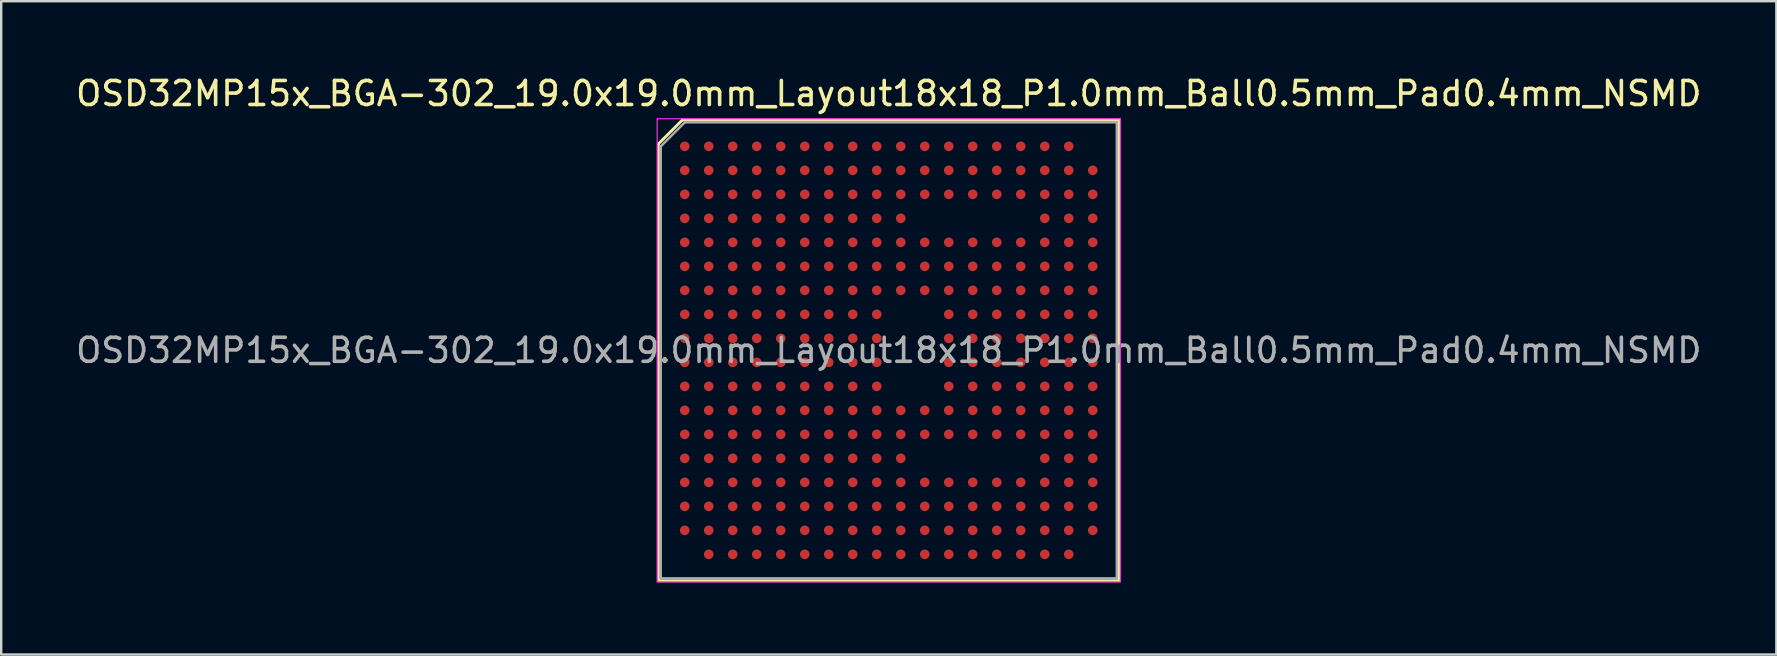
<source format=kicad_pcb>
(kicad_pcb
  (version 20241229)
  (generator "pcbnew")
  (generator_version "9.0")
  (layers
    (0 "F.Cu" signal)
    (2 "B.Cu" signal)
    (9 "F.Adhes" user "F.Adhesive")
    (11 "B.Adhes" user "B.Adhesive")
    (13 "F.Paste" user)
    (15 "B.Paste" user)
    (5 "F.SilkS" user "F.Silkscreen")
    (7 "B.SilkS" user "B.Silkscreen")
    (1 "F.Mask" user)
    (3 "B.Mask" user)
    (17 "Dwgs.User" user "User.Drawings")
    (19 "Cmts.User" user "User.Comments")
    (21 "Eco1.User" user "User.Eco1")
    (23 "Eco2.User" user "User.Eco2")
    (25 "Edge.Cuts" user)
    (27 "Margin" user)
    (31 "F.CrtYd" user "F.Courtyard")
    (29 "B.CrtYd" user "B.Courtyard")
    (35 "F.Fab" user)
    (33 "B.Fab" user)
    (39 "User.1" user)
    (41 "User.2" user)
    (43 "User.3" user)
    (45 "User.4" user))
  (footprint "OSD32MP15x_BGA-302_19.0x19.0mm_Layout18x18_P1.0mm_Ball0.5mm_Pad0.4mm_NSMD"
    (layer "F.Cu")
    (at 33.982 11.548)
    (property "Reference" "OSD32MP15x_BGA-302_19.0x19.0mm_Layout18x18_P1.0mm_Ball0.5mm_Pad0.4mm_NSMD" (at 0 -10.7 0) (layer "F.SilkS") (effects (font (size 1 1) (thickness 0.15))))
    (attr smd)
    (fp_line (start -9.6 -8.6) (end -9.6 9.6) (stroke (width 0.12) (type solid)) (layer "F.SilkS"))
    (fp_line (start -9.6 9.6) (end 9.6 9.6) (stroke (width 0.12) (type solid)) (layer "F.SilkS"))
    (fp_line (start -8.6 -9.6) (end -9.6 -8.6) (stroke (width 0.12) (type solid)) (layer "F.SilkS"))
    (fp_line (start 9.6 -9.6) (end -8.6 -9.6) (stroke (width 0.12) (type solid)) (layer "F.SilkS"))
    (fp_line (start 9.6 9.6) (end 9.6 -9.6) (stroke (width 0.12) (type solid)) (layer "F.SilkS"))
    (fp_line (start -9.65 -9.65) (end 9.65 -9.65) (stroke (width 0.05) (type solid)) (layer "F.CrtYd"))
    (fp_line (start -9.65 9.65) (end -9.65 -9.65) (stroke (width 0.05) (type solid)) (layer "F.CrtYd"))
    (fp_line (start 9.65 -9.65) (end 9.65 9.65) (stroke (width 0.05) (type solid)) (layer "F.CrtYd"))
    (fp_line (start 9.65 9.65) (end -9.65 9.65) (stroke (width 0.05) (type solid)) (layer "F.CrtYd"))
    (fp_line (start -9.5 -8.5) (end -9.5 9.5) (stroke (width 0.1) (type solid)) (layer "F.Fab"))
    (fp_line (start -9.5 9.5) (end 9.5 9.5) (stroke (width 0.1) (type solid)) (layer "F.Fab"))
    (fp_line (start -8.5 -9.5) (end -9.5 -8.5) (stroke (width 0.1) (type solid)) (layer "F.Fab"))
    (fp_line (start 9.5 -9.5) (end -8.5 -9.5) (stroke (width 0.1) (type solid)) (layer "F.Fab"))
    (fp_line (start 9.5 9.5) (end 9.5 -9.5) (stroke (width 0.1) (type solid)) (layer "F.Fab"))
    (fp_text user "${REFERENCE}" (at 0 0 0) (layer "F.Fab") (effects (font (size 1 1) (thickness 0.15))))
    (pad "A1" smd circle (at -8.5 -8.5) (size 0.4 0.4) (layers "F.Cu" "F.Mask" "F.Paste"))
    (pad "A2" smd circle (at -7.5 -8.5) (size 0.4 0.4) (layers "F.Cu" "F.Mask" "F.Paste"))
    (pad "A3" smd circle (at -6.5 -8.5) (size 0.4 0.4) (layers "F.Cu" "F.Mask" "F.Paste"))
    (pad "A4" smd circle (at -5.5 -8.5) (size 0.4 0.4) (layers "F.Cu" "F.Mask" "F.Paste"))
    (pad "A5" smd circle (at -4.5 -8.5) (size 0.4 0.4) (layers "F.Cu" "F.Mask" "F.Paste"))
    (pad "A6" smd circle (at -3.5 -8.5) (size 0.4 0.4) (layers "F.Cu" "F.Mask" "F.Paste"))
    (pad "A7" smd circle (at -2.5 -8.5) (size 0.4 0.4) (layers "F.Cu" "F.Mask" "F.Paste"))
    (pad "A8" smd circle (at -1.5 -8.5) (size 0.4 0.4) (layers "F.Cu" "F.Mask" "F.Paste"))
    (pad "A9" smd circle (at -0.5 -8.5) (size 0.4 0.4) (layers "F.Cu" "F.Mask" "F.Paste"))
    (pad "A10" smd circle (at 0.5 -8.5) (size 0.4 0.4) (layers "F.Cu" "F.Mask" "F.Paste"))
    (pad "A11" smd circle (at 1.5 -8.5) (size 0.4 0.4) (layers "F.Cu" "F.Mask" "F.Paste"))
    (pad "A12" smd circle (at 2.5 -8.5) (size 0.4 0.4) (layers "F.Cu" "F.Mask" "F.Paste"))
    (pad "A13" smd circle (at 3.5 -8.5) (size 0.4 0.4) (layers "F.Cu" "F.Mask" "F.Paste"))
    (pad "A14" smd circle (at 4.5 -8.5) (size 0.4 0.4) (layers "F.Cu" "F.Mask" "F.Paste"))
    (pad "A15" smd circle (at 5.5 -8.5) (size 0.4 0.4) (layers "F.Cu" "F.Mask" "F.Paste"))
    (pad "A16" smd circle (at 6.5 -8.5) (size 0.4 0.4) (layers "F.Cu" "F.Mask" "F.Paste"))
    (pad "A17" smd circle (at 7.5 -8.5) (size 0.4 0.4) (layers "F.Cu" "F.Mask" "F.Paste"))
    (pad "B1" smd circle (at -8.5 -7.5) (size 0.4 0.4) (layers "F.Cu" "F.Mask" "F.Paste"))
    (pad "B2" smd circle (at -7.5 -7.5) (size 0.4 0.4) (layers "F.Cu" "F.Mask" "F.Paste"))
    (pad "B3" smd circle (at -6.5 -7.5) (size 0.4 0.4) (layers "F.Cu" "F.Mask" "F.Paste"))
    (pad "B4" smd circle (at -5.5 -7.5) (size 0.4 0.4) (layers "F.Cu" "F.Mask" "F.Paste"))
    (pad "B5" smd circle (at -4.5 -7.5) (size 0.4 0.4) (layers "F.Cu" "F.Mask" "F.Paste"))
    (pad "B6" smd circle (at -3.5 -7.5) (size 0.4 0.4) (layers "F.Cu" "F.Mask" "F.Paste"))
    (pad "B7" smd circle (at -2.5 -7.5) (size 0.4 0.4) (layers "F.Cu" "F.Mask" "F.Paste"))
    (pad "B8" smd circle (at -1.5 -7.5) (size 0.4 0.4) (layers "F.Cu" "F.Mask" "F.Paste"))
    (pad "B9" smd circle (at -0.5 -7.5) (size 0.4 0.4) (layers "F.Cu" "F.Mask" "F.Paste"))
    (pad "B10" smd circle (at 0.5 -7.5) (size 0.4 0.4) (layers "F.Cu" "F.Mask" "F.Paste"))
    (pad "B11" smd circle (at 1.5 -7.5) (size 0.4 0.4) (layers "F.Cu" "F.Mask" "F.Paste"))
    (pad "B12" smd circle (at 2.5 -7.5) (size 0.4 0.4) (layers "F.Cu" "F.Mask" "F.Paste"))
    (pad "B13" smd circle (at 3.5 -7.5) (size 0.4 0.4) (layers "F.Cu" "F.Mask" "F.Paste"))
    (pad "B14" smd circle (at 4.5 -7.5) (size 0.4 0.4) (layers "F.Cu" "F.Mask" "F.Paste"))
    (pad "B15" smd circle (at 5.5 -7.5) (size 0.4 0.4) (layers "F.Cu" "F.Mask" "F.Paste"))
    (pad "B16" smd circle (at 6.5 -7.5) (size 0.4 0.4) (layers "F.Cu" "F.Mask" "F.Paste"))
    (pad "B17" smd circle (at 7.5 -7.5) (size 0.4 0.4) (layers "F.Cu" "F.Mask" "F.Paste"))
    (pad "B18" smd circle (at 8.5 -7.5) (size 0.4 0.4) (layers "F.Cu" "F.Mask" "F.Paste"))
    (pad "C1" smd circle (at -8.5 -6.5) (size 0.4 0.4) (layers "F.Cu" "F.Mask" "F.Paste"))
    (pad "C2" smd circle (at -7.5 -6.5) (size 0.4 0.4) (layers "F.Cu" "F.Mask" "F.Paste"))
    (pad "C3" smd circle (at -6.5 -6.5) (size 0.4 0.4) (layers "F.Cu" "F.Mask" "F.Paste"))
    (pad "C4" smd circle (at -5.5 -6.5) (size 0.4 0.4) (layers "F.Cu" "F.Mask" "F.Paste"))
    (pad "C5" smd circle (at -4.5 -6.5) (size 0.4 0.4) (layers "F.Cu" "F.Mask" "F.Paste"))
    (pad "C6" smd circle (at -3.5 -6.5) (size 0.4 0.4) (layers "F.Cu" "F.Mask" "F.Paste"))
    (pad "C7" smd circle (at -2.5 -6.5) (size 0.4 0.4) (layers "F.Cu" "F.Mask" "F.Paste"))
    (pad "C8" smd circle (at -1.5 -6.5) (size 0.4 0.4) (layers "F.Cu" "F.Mask" "F.Paste"))
    (pad "C9" smd circle (at -0.5 -6.5) (size 0.4 0.4) (layers "F.Cu" "F.Mask" "F.Paste"))
    (pad "C10" smd circle (at 0.5 -6.5) (size 0.4 0.4) (layers "F.Cu" "F.Mask" "F.Paste"))
    (pad "C11" smd circle (at 1.5 -6.5) (size 0.4 0.4) (layers "F.Cu" "F.Mask" "F.Paste"))
    (pad "C12" smd circle (at 2.5 -6.5) (size 0.4 0.4) (layers "F.Cu" "F.Mask" "F.Paste"))
    (pad "C13" smd circle (at 3.5 -6.5) (size 0.4 0.4) (layers "F.Cu" "F.Mask" "F.Paste"))
    (pad "C14" smd circle (at 4.5 -6.5) (size 0.4 0.4) (layers "F.Cu" "F.Mask" "F.Paste"))
    (pad "C15" smd circle (at 5.5 -6.5) (size 0.4 0.4) (layers "F.Cu" "F.Mask" "F.Paste"))
    (pad "C16" smd circle (at 6.5 -6.5) (size 0.4 0.4) (layers "F.Cu" "F.Mask" "F.Paste"))
    (pad "C17" smd circle (at 7.5 -6.5) (size 0.4 0.4) (layers "F.Cu" "F.Mask" "F.Paste"))
    (pad "C18" smd circle (at 8.5 -6.5) (size 0.4 0.4) (layers "F.Cu" "F.Mask" "F.Paste"))
    (pad "D1" smd circle (at -8.5 -5.5) (size 0.4 0.4) (layers "F.Cu" "F.Mask" "F.Paste"))
    (pad "D2" smd circle (at -7.5 -5.5) (size 0.4 0.4) (layers "F.Cu" "F.Mask" "F.Paste"))
    (pad "D3" smd circle (at -6.5 -5.5) (size 0.4 0.4) (layers "F.Cu" "F.Mask" "F.Paste"))
    (pad "D4" smd circle (at -5.5 -5.5) (size 0.4 0.4) (layers "F.Cu" "F.Mask" "F.Paste"))
    (pad "D5" smd circle (at -4.5 -5.5) (size 0.4 0.4) (layers "F.Cu" "F.Mask" "F.Paste"))
    (pad "D6" smd circle (at -3.5 -5.5) (size 0.4 0.4) (layers "F.Cu" "F.Mask" "F.Paste"))
    (pad "D7" smd circle (at -2.5 -5.5) (size 0.4 0.4) (layers "F.Cu" "F.Mask" "F.Paste"))
    (pad "D8" smd circle (at -1.5 -5.5) (size 0.4 0.4) (layers "F.Cu" "F.Mask" "F.Paste"))
    (pad "D9" smd circle (at -0.5 -5.5) (size 0.4 0.4) (layers "F.Cu" "F.Mask" "F.Paste"))
    (pad "D10" smd circle (at 0.5 -5.5) (size 0.4 0.4) (layers "F.Cu" "F.Mask" "F.Paste"))
    (pad "D16" smd circle (at 6.5 -5.5) (size 0.4 0.4) (layers "F.Cu" "F.Mask" "F.Paste"))
    (pad "D17" smd circle (at 7.5 -5.5) (size 0.4 0.4) (layers "F.Cu" "F.Mask" "F.Paste"))
    (pad "D18" smd circle (at 8.5 -5.5) (size 0.4 0.4) (layers "F.Cu" "F.Mask" "F.Paste"))
    (pad "E1" smd circle (at -8.5 -4.5) (size 0.4 0.4) (layers "F.Cu" "F.Mask" "F.Paste"))
    (pad "E2" smd circle (at -7.5 -4.5) (size 0.4 0.4) (layers "F.Cu" "F.Mask" "F.Paste"))
    (pad "E3" smd circle (at -6.5 -4.5) (size 0.4 0.4) (layers "F.Cu" "F.Mask" "F.Paste"))
    (pad "E4" smd circle (at -5.5 -4.5) (size 0.4 0.4) (layers "F.Cu" "F.Mask" "F.Paste"))
    (pad "E5" smd circle (at -4.5 -4.5) (size 0.4 0.4) (layers "F.Cu" "F.Mask" "F.Paste"))
    (pad "E6" smd circle (at -3.5 -4.5) (size 0.4 0.4) (layers "F.Cu" "F.Mask" "F.Paste"))
    (pad "E7" smd circle (at -2.5 -4.5) (size 0.4 0.4) (layers "F.Cu" "F.Mask" "F.Paste"))
    (pad "E8" smd circle (at -1.5 -4.5) (size 0.4 0.4) (layers "F.Cu" "F.Mask" "F.Paste"))
    (pad "E9" smd circle (at -0.5 -4.5) (size 0.4 0.4) (layers "F.Cu" "F.Mask" "F.Paste"))
    (pad "E10" smd circle (at 0.5 -4.5) (size 0.4 0.4) (layers "F.Cu" "F.Mask" "F.Paste"))
    (pad "E11" smd circle (at 1.5 -4.5) (size 0.4 0.4) (layers "F.Cu" "F.Mask" "F.Paste"))
    (pad "E12" smd circle (at 2.5 -4.5) (size 0.4 0.4) (layers "F.Cu" "F.Mask" "F.Paste"))
    (pad "E13" smd circle (at 3.5 -4.5) (size 0.4 0.4) (layers "F.Cu" "F.Mask" "F.Paste"))
    (pad "E14" smd circle (at 4.5 -4.5) (size 0.4 0.4) (layers "F.Cu" "F.Mask" "F.Paste"))
    (pad "E15" smd circle (at 5.5 -4.5) (size 0.4 0.4) (layers "F.Cu" "F.Mask" "F.Paste"))
    (pad "E16" smd circle (at 6.5 -4.5) (size 0.4 0.4) (layers "F.Cu" "F.Mask" "F.Paste"))
    (pad "E17" smd circle (at 7.5 -4.5) (size 0.4 0.4) (layers "F.Cu" "F.Mask" "F.Paste"))
    (pad "E18" smd circle (at 8.5 -4.5) (size 0.4 0.4) (layers "F.Cu" "F.Mask" "F.Paste"))
    (pad "F1" smd circle (at -8.5 -3.5) (size 0.4 0.4) (layers "F.Cu" "F.Mask" "F.Paste"))
    (pad "F2" smd circle (at -7.5 -3.5) (size 0.4 0.4) (layers "F.Cu" "F.Mask" "F.Paste"))
    (pad "F3" smd circle (at -6.5 -3.5) (size 0.4 0.4) (layers "F.Cu" "F.Mask" "F.Paste"))
    (pad "F4" smd circle (at -5.5 -3.5) (size 0.4 0.4) (layers "F.Cu" "F.Mask" "F.Paste"))
    (pad "F5" smd circle (at -4.5 -3.5) (size 0.4 0.4) (layers "F.Cu" "F.Mask" "F.Paste"))
    (pad "F6" smd circle (at -3.5 -3.5) (size 0.4 0.4) (layers "F.Cu" "F.Mask" "F.Paste"))
    (pad "F7" smd circle (at -2.5 -3.5) (size 0.4 0.4) (layers "F.Cu" "F.Mask" "F.Paste"))
    (pad "F8" smd circle (at -1.5 -3.5) (size 0.4 0.4) (layers "F.Cu" "F.Mask" "F.Paste"))
    (pad "F9" smd circle (at -0.5 -3.5) (size 0.4 0.4) (layers "F.Cu" "F.Mask" "F.Paste"))
    (pad "F10" smd circle (at 0.5 -3.5) (size 0.4 0.4) (layers "F.Cu" "F.Mask" "F.Paste"))
    (pad "F11" smd circle (at 1.5 -3.5) (size 0.4 0.4) (layers "F.Cu" "F.Mask" "F.Paste"))
    (pad "F12" smd circle (at 2.5 -3.5) (size 0.4 0.4) (layers "F.Cu" "F.Mask" "F.Paste"))
    (pad "F13" smd circle (at 3.5 -3.5) (size 0.4 0.4) (layers "F.Cu" "F.Mask" "F.Paste"))
    (pad "F14" smd circle (at 4.5 -3.5) (size 0.4 0.4) (layers "F.Cu" "F.Mask" "F.Paste"))
    (pad "F15" smd circle (at 5.5 -3.5) (size 0.4 0.4) (layers "F.Cu" "F.Mask" "F.Paste"))
    (pad "F16" smd circle (at 6.5 -3.5) (size 0.4 0.4) (layers "F.Cu" "F.Mask" "F.Paste"))
    (pad "F17" smd circle (at 7.5 -3.5) (size 0.4 0.4) (layers "F.Cu" "F.Mask" "F.Paste"))
    (pad "F18" smd circle (at 8.5 -3.5) (size 0.4 0.4) (layers "F.Cu" "F.Mask" "F.Paste"))
    (pad "G1" smd circle (at -8.5 -2.5) (size 0.4 0.4) (layers "F.Cu" "F.Mask" "F.Paste"))
    (pad "G2" smd circle (at -7.5 -2.5) (size 0.4 0.4) (layers "F.Cu" "F.Mask" "F.Paste"))
    (pad "G3" smd circle (at -6.5 -2.5) (size 0.4 0.4) (layers "F.Cu" "F.Mask" "F.Paste"))
    (pad "G4" smd circle (at -5.5 -2.5) (size 0.4 0.4) (layers "F.Cu" "F.Mask" "F.Paste"))
    (pad "G5" smd circle (at -4.5 -2.5) (size 0.4 0.4) (layers "F.Cu" "F.Mask" "F.Paste"))
    (pad "G6" smd circle (at -3.5 -2.5) (size 0.4 0.4) (layers "F.Cu" "F.Mask" "F.Paste"))
    (pad "G7" smd circle (at -2.5 -2.5) (size 0.4 0.4) (layers "F.Cu" "F.Mask" "F.Paste"))
    (pad "G8" smd circle (at -1.5 -2.5) (size 0.4 0.4) (layers "F.Cu" "F.Mask" "F.Paste"))
    (pad "G9" smd circle (at -0.5 -2.5) (size 0.4 0.4) (layers "F.Cu" "F.Mask" "F.Paste"))
    (pad "G10" smd circle (at 0.5 -2.5) (size 0.4 0.4) (layers "F.Cu" "F.Mask" "F.Paste"))
    (pad "G11" smd circle (at 1.5 -2.5) (size 0.4 0.4) (layers "F.Cu" "F.Mask" "F.Paste"))
    (pad "G12" smd circle (at 2.5 -2.5) (size 0.4 0.4) (layers "F.Cu" "F.Mask" "F.Paste"))
    (pad "G13" smd circle (at 3.5 -2.5) (size 0.4 0.4) (layers "F.Cu" "F.Mask" "F.Paste"))
    (pad "G14" smd circle (at 4.5 -2.5) (size 0.4 0.4) (layers "F.Cu" "F.Mask" "F.Paste"))
    (pad "G15" smd circle (at 5.5 -2.5) (size 0.4 0.4) (layers "F.Cu" "F.Mask" "F.Paste"))
    (pad "G16" smd circle (at 6.5 -2.5) (size 0.4 0.4) (layers "F.Cu" "F.Mask" "F.Paste"))
    (pad "G17" smd circle (at 7.5 -2.5) (size 0.4 0.4) (layers "F.Cu" "F.Mask" "F.Paste"))
    (pad "G18" smd circle (at 8.5 -2.5) (size 0.4 0.4) (layers "F.Cu" "F.Mask" "F.Paste"))
    (pad "H1" smd circle (at -8.5 -1.5) (size 0.4 0.4) (layers "F.Cu" "F.Mask" "F.Paste"))
    (pad "H2" smd circle (at -7.5 -1.5) (size 0.4 0.4) (layers "F.Cu" "F.Mask" "F.Paste"))
    (pad "H3" smd circle (at -6.5 -1.5) (size 0.4 0.4) (layers "F.Cu" "F.Mask" "F.Paste"))
    (pad "H4" smd circle (at -5.5 -1.5) (size 0.4 0.4) (layers "F.Cu" "F.Mask" "F.Paste"))
    (pad "H5" smd circle (at -4.5 -1.5) (size 0.4 0.4) (layers "F.Cu" "F.Mask" "F.Paste"))
    (pad "H6" smd circle (at -3.5 -1.5) (size 0.4 0.4) (layers "F.Cu" "F.Mask" "F.Paste"))
    (pad "H7" smd circle (at -2.5 -1.5) (size 0.4 0.4) (layers "F.Cu" "F.Mask" "F.Paste"))
    (pad "H8" smd circle (at -1.5 -1.5) (size 0.4 0.4) (layers "F.Cu" "F.Mask" "F.Paste"))
    (pad "H9" smd circle (at -0.5 -1.5) (size 0.4 0.4) (layers "F.Cu" "F.Mask" "F.Paste"))
    (pad "H12" smd circle (at 2.5 -1.5) (size 0.4 0.4) (layers "F.Cu" "F.Mask" "F.Paste"))
    (pad "H13" smd circle (at 3.5 -1.5) (size 0.4 0.4) (layers "F.Cu" "F.Mask" "F.Paste"))
    (pad "H14" smd circle (at 4.5 -1.5) (size 0.4 0.4) (layers "F.Cu" "F.Mask" "F.Paste"))
    (pad "H15" smd circle (at 5.5 -1.5) (size 0.4 0.4) (layers "F.Cu" "F.Mask" "F.Paste"))
    (pad "H16" smd circle (at 6.5 -1.5) (size 0.4 0.4) (layers "F.Cu" "F.Mask" "F.Paste"))
    (pad "H17" smd circle (at 7.5 -1.5) (size 0.4 0.4) (layers "F.Cu" "F.Mask" "F.Paste"))
    (pad "H18" smd circle (at 8.5 -1.5) (size 0.4 0.4) (layers "F.Cu" "F.Mask" "F.Paste"))
    (pad "J1" smd circle (at -8.5 -0.5) (size 0.4 0.4) (layers "F.Cu" "F.Mask" "F.Paste"))
    (pad "J2" smd circle (at -7.5 -0.5) (size 0.4 0.4) (layers "F.Cu" "F.Mask" "F.Paste"))
    (pad "J3" smd circle (at -6.5 -0.5) (size 0.4 0.4) (layers "F.Cu" "F.Mask" "F.Paste"))
    (pad "J4" smd circle (at -5.5 -0.5) (size 0.4 0.4) (layers "F.Cu" "F.Mask" "F.Paste"))
    (pad "J5" smd circle (at -4.5 -0.5) (size 0.4 0.4) (layers "F.Cu" "F.Mask" "F.Paste"))
    (pad "J6" smd circle (at -3.5 -0.5) (size 0.4 0.4) (layers "F.Cu" "F.Mask" "F.Paste"))
    (pad "J7" smd circle (at -2.5 -0.5) (size 0.4 0.4) (layers "F.Cu" "F.Mask" "F.Paste"))
    (pad "J8" smd circle (at -1.5 -0.5) (size 0.4 0.4) (layers "F.Cu" "F.Mask" "F.Paste"))
    (pad "J9" smd circle (at -0.5 -0.5) (size 0.4 0.4) (layers "F.Cu" "F.Mask" "F.Paste"))
    (pad "J12" smd circle (at 2.5 -0.5) (size 0.4 0.4) (layers "F.Cu" "F.Mask" "F.Paste"))
    (pad "J13" smd circle (at 3.5 -0.5) (size 0.4 0.4) (layers "F.Cu" "F.Mask" "F.Paste"))
    (pad "J14" smd circle (at 4.5 -0.5) (size 0.4 0.4) (layers "F.Cu" "F.Mask" "F.Paste"))
    (pad "J15" smd circle (at 5.5 -0.5) (size 0.4 0.4) (layers "F.Cu" "F.Mask" "F.Paste"))
    (pad "J16" smd circle (at 6.5 -0.5) (size 0.4 0.4) (layers "F.Cu" "F.Mask" "F.Paste"))
    (pad "J17" smd circle (at 7.5 -0.5) (size 0.4 0.4) (layers "F.Cu" "F.Mask" "F.Paste"))
    (pad "J18" smd circle (at 8.5 -0.5) (size 0.4 0.4) (layers "F.Cu" "F.Mask" "F.Paste"))
    (pad "K1" smd circle (at -8.5 0.5) (size 0.4 0.4) (layers "F.Cu" "F.Mask" "F.Paste"))
    (pad "K2" smd circle (at -7.5 0.5) (size 0.4 0.4) (layers "F.Cu" "F.Mask" "F.Paste"))
    (pad "K3" smd circle (at -6.5 0.5) (size 0.4 0.4) (layers "F.Cu" "F.Mask" "F.Paste"))
    (pad "K4" smd circle (at -5.5 0.5) (size 0.4 0.4) (layers "F.Cu" "F.Mask" "F.Paste"))
    (pad "K5" smd circle (at -4.5 0.5) (size 0.4 0.4) (layers "F.Cu" "F.Mask" "F.Paste"))
    (pad "K6" smd circle (at -3.5 0.5) (size 0.4 0.4) (layers "F.Cu" "F.Mask" "F.Paste"))
    (pad "K7" smd circle (at -2.5 0.5) (size 0.4 0.4) (layers "F.Cu" "F.Mask" "F.Paste"))
    (pad "K8" smd circle (at -1.5 0.5) (size 0.4 0.4) (layers "F.Cu" "F.Mask" "F.Paste"))
    (pad "K9" smd circle (at -0.5 0.5) (size 0.4 0.4) (layers "F.Cu" "F.Mask" "F.Paste"))
    (pad "K12" smd circle (at 2.5 0.5) (size 0.4 0.4) (layers "F.Cu" "F.Mask" "F.Paste"))
    (pad "K13" smd circle (at 3.5 0.5) (size 0.4 0.4) (layers "F.Cu" "F.Mask" "F.Paste"))
    (pad "K14" smd circle (at 4.5 0.5) (size 0.4 0.4) (layers "F.Cu" "F.Mask" "F.Paste"))
    (pad "K15" smd circle (at 5.5 0.5) (size 0.4 0.4) (layers "F.Cu" "F.Mask" "F.Paste"))
    (pad "K16" smd circle (at 6.5 0.5) (size 0.4 0.4) (layers "F.Cu" "F.Mask" "F.Paste"))
    (pad "K17" smd circle (at 7.5 0.5) (size 0.4 0.4) (layers "F.Cu" "F.Mask" "F.Paste"))
    (pad "K18" smd circle (at 8.5 0.5) (size 0.4 0.4) (layers "F.Cu" "F.Mask" "F.Paste"))
    (pad "L1" smd circle (at -8.5 1.5) (size 0.4 0.4) (layers "F.Cu" "F.Mask" "F.Paste"))
    (pad "L2" smd circle (at -7.5 1.5) (size 0.4 0.4) (layers "F.Cu" "F.Mask" "F.Paste"))
    (pad "L3" smd circle (at -6.5 1.5) (size 0.4 0.4) (layers "F.Cu" "F.Mask" "F.Paste"))
    (pad "L4" smd circle (at -5.5 1.5) (size 0.4 0.4) (layers "F.Cu" "F.Mask" "F.Paste"))
    (pad "L5" smd circle (at -4.5 1.5) (size 0.4 0.4) (layers "F.Cu" "F.Mask" "F.Paste"))
    (pad "L6" smd circle (at -3.5 1.5) (size 0.4 0.4) (layers "F.Cu" "F.Mask" "F.Paste"))
    (pad "L7" smd circle (at -2.5 1.5) (size 0.4 0.4) (layers "F.Cu" "F.Mask" "F.Paste"))
    (pad "L8" smd circle (at -1.5 1.5) (size 0.4 0.4) (layers "F.Cu" "F.Mask" "F.Paste"))
    (pad "L9" smd circle (at -0.5 1.5) (size 0.4 0.4) (layers "F.Cu" "F.Mask" "F.Paste"))
    (pad "L12" smd circle (at 2.5 1.5) (size 0.4 0.4) (layers "F.Cu" "F.Mask" "F.Paste"))
    (pad "L13" smd circle (at 3.5 1.5) (size 0.4 0.4) (layers "F.Cu" "F.Mask" "F.Paste"))
    (pad "L14" smd circle (at 4.5 1.5) (size 0.4 0.4) (layers "F.Cu" "F.Mask" "F.Paste"))
    (pad "L15" smd circle (at 5.5 1.5) (size 0.4 0.4) (layers "F.Cu" "F.Mask" "F.Paste"))
    (pad "L16" smd circle (at 6.5 1.5) (size 0.4 0.4) (layers "F.Cu" "F.Mask" "F.Paste"))
    (pad "L17" smd circle (at 7.5 1.5) (size 0.4 0.4) (layers "F.Cu" "F.Mask" "F.Paste"))
    (pad "L18" smd circle (at 8.5 1.5) (size 0.4 0.4) (layers "F.Cu" "F.Mask" "F.Paste"))
    (pad "M1" smd circle (at -8.5 2.5) (size 0.4 0.4) (layers "F.Cu" "F.Mask" "F.Paste"))
    (pad "M2" smd circle (at -7.5 2.5) (size 0.4 0.4) (layers "F.Cu" "F.Mask" "F.Paste"))
    (pad "M3" smd circle (at -6.5 2.5) (size 0.4 0.4) (layers "F.Cu" "F.Mask" "F.Paste"))
    (pad "M4" smd circle (at -5.5 2.5) (size 0.4 0.4) (layers "F.Cu" "F.Mask" "F.Paste"))
    (pad "M5" smd circle (at -4.5 2.5) (size 0.4 0.4) (layers "F.Cu" "F.Mask" "F.Paste"))
    (pad "M6" smd circle (at -3.5 2.5) (size 0.4 0.4) (layers "F.Cu" "F.Mask" "F.Paste"))
    (pad "M7" smd circle (at -2.5 2.5) (size 0.4 0.4) (layers "F.Cu" "F.Mask" "F.Paste"))
    (pad "M8" smd circle (at -1.5 2.5) (size 0.4 0.4) (layers "F.Cu" "F.Mask" "F.Paste"))
    (pad "M9" smd circle (at -0.5 2.5) (size 0.4 0.4) (layers "F.Cu" "F.Mask" "F.Paste"))
    (pad "M10" smd circle (at 0.5 2.5) (size 0.4 0.4) (layers "F.Cu" "F.Mask" "F.Paste"))
    (pad "M11" smd circle (at 1.5 2.5) (size 0.4 0.4) (layers "F.Cu" "F.Mask" "F.Paste"))
    (pad "M12" smd circle (at 2.5 2.5) (size 0.4 0.4) (layers "F.Cu" "F.Mask" "F.Paste"))
    (pad "M13" smd circle (at 3.5 2.5) (size 0.4 0.4) (layers "F.Cu" "F.Mask" "F.Paste"))
    (pad "M14" smd circle (at 4.5 2.5) (size 0.4 0.4) (layers "F.Cu" "F.Mask" "F.Paste"))
    (pad "M15" smd circle (at 5.5 2.5) (size 0.4 0.4) (layers "F.Cu" "F.Mask" "F.Paste"))
    (pad "M16" smd circle (at 6.5 2.5) (size 0.4 0.4) (layers "F.Cu" "F.Mask" "F.Paste"))
    (pad "M17" smd circle (at 7.5 2.5) (size 0.4 0.4) (layers "F.Cu" "F.Mask" "F.Paste"))
    (pad "M18" smd circle (at 8.5 2.5) (size 0.4 0.4) (layers "F.Cu" "F.Mask" "F.Paste"))
    (pad "N1" smd circle (at -8.5 3.5) (size 0.4 0.4) (layers "F.Cu" "F.Mask" "F.Paste"))
    (pad "N2" smd circle (at -7.5 3.5) (size 0.4 0.4) (layers "F.Cu" "F.Mask" "F.Paste"))
    (pad "N3" smd circle (at -6.5 3.5) (size 0.4 0.4) (layers "F.Cu" "F.Mask" "F.Paste"))
    (pad "N4" smd circle (at -5.5 3.5) (size 0.4 0.4) (layers "F.Cu" "F.Mask" "F.Paste"))
    (pad "N5" smd circle (at -4.5 3.5) (size 0.4 0.4) (layers "F.Cu" "F.Mask" "F.Paste"))
    (pad "N6" smd circle (at -3.5 3.5) (size 0.4 0.4) (layers "F.Cu" "F.Mask" "F.Paste"))
    (pad "N7" smd circle (at -2.5 3.5) (size 0.4 0.4) (layers "F.Cu" "F.Mask" "F.Paste"))
    (pad "N8" smd circle (at -1.5 3.5) (size 0.4 0.4) (layers "F.Cu" "F.Mask" "F.Paste"))
    (pad "N9" smd circle (at -0.5 3.5) (size 0.4 0.4) (layers "F.Cu" "F.Mask" "F.Paste"))
    (pad "N10" smd circle (at 0.5 3.5) (size 0.4 0.4) (layers "F.Cu" "F.Mask" "F.Paste"))
    (pad "N11" smd circle (at 1.5 3.5) (size 0.4 0.4) (layers "F.Cu" "F.Mask" "F.Paste"))
    (pad "N12" smd circle (at 2.5 3.5) (size 0.4 0.4) (layers "F.Cu" "F.Mask" "F.Paste"))
    (pad "N13" smd circle (at 3.5 3.5) (size 0.4 0.4) (layers "F.Cu" "F.Mask" "F.Paste"))
    (pad "N14" smd circle (at 4.5 3.5) (size 0.4 0.4) (layers "F.Cu" "F.Mask" "F.Paste"))
    (pad "N15" smd circle (at 5.5 3.5) (size 0.4 0.4) (layers "F.Cu" "F.Mask" "F.Paste"))
    (pad "N16" smd circle (at 6.5 3.5) (size 0.4 0.4) (layers "F.Cu" "F.Mask" "F.Paste"))
    (pad "N17" smd circle (at 7.5 3.5) (size 0.4 0.4) (layers "F.Cu" "F.Mask" "F.Paste"))
    (pad "N18" smd circle (at 8.5 3.5) (size 0.4 0.4) (layers "F.Cu" "F.Mask" "F.Paste"))
    (pad "P1" smd circle (at -8.5 4.5) (size 0.4 0.4) (layers "F.Cu" "F.Mask" "F.Paste"))
    (pad "P2" smd circle (at -7.5 4.5) (size 0.4 0.4) (layers "F.Cu" "F.Mask" "F.Paste"))
    (pad "P3" smd circle (at -6.5 4.5) (size 0.4 0.4) (layers "F.Cu" "F.Mask" "F.Paste"))
    (pad "P4" smd circle (at -5.5 4.5) (size 0.4 0.4) (layers "F.Cu" "F.Mask" "F.Paste"))
    (pad "P5" smd circle (at -4.5 4.5) (size 0.4 0.4) (layers "F.Cu" "F.Mask" "F.Paste"))
    (pad "P6" smd circle (at -3.5 4.5) (size 0.4 0.4) (layers "F.Cu" "F.Mask" "F.Paste"))
    (pad "P7" smd circle (at -2.5 4.5) (size 0.4 0.4) (layers "F.Cu" "F.Mask" "F.Paste"))
    (pad "P8" smd circle (at -1.5 4.5) (size 0.4 0.4) (layers "F.Cu" "F.Mask" "F.Paste"))
    (pad "P9" smd circle (at -0.5 4.5) (size 0.4 0.4) (layers "F.Cu" "F.Mask" "F.Paste"))
    (pad "P10" smd circle (at 0.5 4.5) (size 0.4 0.4) (layers "F.Cu" "F.Mask" "F.Paste"))
    (pad "P16" smd circle (at 6.5 4.5) (size 0.4 0.4) (layers "F.Cu" "F.Mask" "F.Paste"))
    (pad "P17" smd circle (at 7.5 4.5) (size 0.4 0.4) (layers "F.Cu" "F.Mask" "F.Paste"))
    (pad "P18" smd circle (at 8.5 4.5) (size 0.4 0.4) (layers "F.Cu" "F.Mask" "F.Paste"))
    (pad "R1" smd circle (at -8.5 5.5) (size 0.4 0.4) (layers "F.Cu" "F.Mask" "F.Paste"))
    (pad "R2" smd circle (at -7.5 5.5) (size 0.4 0.4) (layers "F.Cu" "F.Mask" "F.Paste"))
    (pad "R3" smd circle (at -6.5 5.5) (size 0.4 0.4) (layers "F.Cu" "F.Mask" "F.Paste"))
    (pad "R4" smd circle (at -5.5 5.5) (size 0.4 0.4) (layers "F.Cu" "F.Mask" "F.Paste"))
    (pad "R5" smd circle (at -4.5 5.5) (size 0.4 0.4) (layers "F.Cu" "F.Mask" "F.Paste"))
    (pad "R6" smd circle (at -3.5 5.5) (size 0.4 0.4) (layers "F.Cu" "F.Mask" "F.Paste"))
    (pad "R7" smd circle (at -2.5 5.5) (size 0.4 0.4) (layers "F.Cu" "F.Mask" "F.Paste"))
    (pad "R8" smd circle (at -1.5 5.5) (size 0.4 0.4) (layers "F.Cu" "F.Mask" "F.Paste"))
    (pad "R9" smd circle (at -0.5 5.5) (size 0.4 0.4) (layers "F.Cu" "F.Mask" "F.Paste"))
    (pad "R10" smd circle (at 0.5 5.5) (size 0.4 0.4) (layers "F.Cu" "F.Mask" "F.Paste"))
    (pad "R11" smd circle (at 1.5 5.5) (size 0.4 0.4) (layers "F.Cu" "F.Mask" "F.Paste"))
    (pad "R12" smd circle (at 2.5 5.5) (size 0.4 0.4) (layers "F.Cu" "F.Mask" "F.Paste"))
    (pad "R13" smd circle (at 3.5 5.5) (size 0.4 0.4) (layers "F.Cu" "F.Mask" "F.Paste"))
    (pad "R14" smd circle (at 4.5 5.5) (size 0.4 0.4) (layers "F.Cu" "F.Mask" "F.Paste"))
    (pad "R15" smd circle (at 5.5 5.5) (size 0.4 0.4) (layers "F.Cu" "F.Mask" "F.Paste"))
    (pad "R16" smd circle (at 6.5 5.5) (size 0.4 0.4) (layers "F.Cu" "F.Mask" "F.Paste"))
    (pad "R17" smd circle (at 7.5 5.5) (size 0.4 0.4) (layers "F.Cu" "F.Mask" "F.Paste"))
    (pad "R18" smd circle (at 8.5 5.5) (size 0.4 0.4) (layers "F.Cu" "F.Mask" "F.Paste"))
    (pad "T1" smd circle (at -8.5 6.5) (size 0.4 0.4) (layers "F.Cu" "F.Mask" "F.Paste"))
    (pad "T2" smd circle (at -7.5 6.5) (size 0.4 0.4) (layers "F.Cu" "F.Mask" "F.Paste"))
    (pad "T3" smd circle (at -6.5 6.5) (size 0.4 0.4) (layers "F.Cu" "F.Mask" "F.Paste"))
    (pad "T4" smd circle (at -5.5 6.5) (size 0.4 0.4) (layers "F.Cu" "F.Mask" "F.Paste"))
    (pad "T5" smd circle (at -4.5 6.5) (size 0.4 0.4) (layers "F.Cu" "F.Mask" "F.Paste"))
    (pad "T6" smd circle (at -3.5 6.5) (size 0.4 0.4) (layers "F.Cu" "F.Mask" "F.Paste"))
    (pad "T7" smd circle (at -2.5 6.5) (size 0.4 0.4) (layers "F.Cu" "F.Mask" "F.Paste"))
    (pad "T8" smd circle (at -1.5 6.5) (size 0.4 0.4) (layers "F.Cu" "F.Mask" "F.Paste"))
    (pad "T9" smd circle (at -0.5 6.5) (size 0.4 0.4) (layers "F.Cu" "F.Mask" "F.Paste"))
    (pad "T10" smd circle (at 0.5 6.5) (size 0.4 0.4) (layers "F.Cu" "F.Mask" "F.Paste"))
    (pad "T11" smd circle (at 1.5 6.5) (size 0.4 0.4) (layers "F.Cu" "F.Mask" "F.Paste"))
    (pad "T12" smd circle (at 2.5 6.5) (size 0.4 0.4) (layers "F.Cu" "F.Mask" "F.Paste"))
    (pad "T13" smd circle (at 3.5 6.5) (size 0.4 0.4) (layers "F.Cu" "F.Mask" "F.Paste"))
    (pad "T14" smd circle (at 4.5 6.5) (size 0.4 0.4) (layers "F.Cu" "F.Mask" "F.Paste"))
    (pad "T15" smd circle (at 5.5 6.5) (size 0.4 0.4) (layers "F.Cu" "F.Mask" "F.Paste"))
    (pad "T16" smd circle (at 6.5 6.5) (size 0.4 0.4) (layers "F.Cu" "F.Mask" "F.Paste"))
    (pad "T17" smd circle (at 7.5 6.5) (size 0.4 0.4) (layers "F.Cu" "F.Mask" "F.Paste"))
    (pad "T18" smd circle (at 8.5 6.5) (size 0.4 0.4) (layers "F.Cu" "F.Mask" "F.Paste"))
    (pad "U1" smd circle (at -8.5 7.5) (size 0.4 0.4) (layers "F.Cu" "F.Mask" "F.Paste"))
    (pad "U2" smd circle (at -7.5 7.5) (size 0.4 0.4) (layers "F.Cu" "F.Mask" "F.Paste"))
    (pad "U3" smd circle (at -6.5 7.5) (size 0.4 0.4) (layers "F.Cu" "F.Mask" "F.Paste"))
    (pad "U4" smd circle (at -5.5 7.5) (size 0.4 0.4) (layers "F.Cu" "F.Mask" "F.Paste"))
    (pad "U5" smd circle (at -4.5 7.5) (size 0.4 0.4) (layers "F.Cu" "F.Mask" "F.Paste"))
    (pad "U6" smd circle (at -3.5 7.5) (size 0.4 0.4) (layers "F.Cu" "F.Mask" "F.Paste"))
    (pad "U7" smd circle (at -2.5 7.5) (size 0.4 0.4) (layers "F.Cu" "F.Mask" "F.Paste"))
    (pad "U8" smd circle (at -1.5 7.5) (size 0.4 0.4) (layers "F.Cu" "F.Mask" "F.Paste"))
    (pad "U9" smd circle (at -0.5 7.5) (size 0.4 0.4) (layers "F.Cu" "F.Mask" "F.Paste"))
    (pad "U10" smd circle (at 0.5 7.5) (size 0.4 0.4) (layers "F.Cu" "F.Mask" "F.Paste"))
    (pad "U11" smd circle (at 1.5 7.5) (size 0.4 0.4) (layers "F.Cu" "F.Mask" "F.Paste"))
    (pad "U12" smd circle (at 2.5 7.5) (size 0.4 0.4) (layers "F.Cu" "F.Mask" "F.Paste"))
    (pad "U13" smd circle (at 3.5 7.5) (size 0.4 0.4) (layers "F.Cu" "F.Mask" "F.Paste"))
    (pad "U14" smd circle (at 4.5 7.5) (size 0.4 0.4) (layers "F.Cu" "F.Mask" "F.Paste"))
    (pad "U15" smd circle (at 5.5 7.5) (size 0.4 0.4) (layers "F.Cu" "F.Mask" "F.Paste"))
    (pad "U16" smd circle (at 6.5 7.5) (size 0.4 0.4) (layers "F.Cu" "F.Mask" "F.Paste"))
    (pad "U17" smd circle (at 7.5 7.5) (size 0.4 0.4) (layers "F.Cu" "F.Mask" "F.Paste"))
    (pad "U18" smd circle (at 8.5 7.5) (size 0.4 0.4) (layers "F.Cu" "F.Mask" "F.Paste"))
    (pad "V2" smd circle (at -7.5 8.5) (size 0.4 0.4) (layers "F.Cu" "F.Mask" "F.Paste"))
    (pad "V3" smd circle (at -6.5 8.5) (size 0.4 0.4) (layers "F.Cu" "F.Mask" "F.Paste"))
    (pad "V4" smd circle (at -5.5 8.5) (size 0.4 0.4) (layers "F.Cu" "F.Mask" "F.Paste"))
    (pad "V5" smd circle (at -4.5 8.5) (size 0.4 0.4) (layers "F.Cu" "F.Mask" "F.Paste"))
    (pad "V6" smd circle (at -3.5 8.5) (size 0.4 0.4) (layers "F.Cu" "F.Mask" "F.Paste"))
    (pad "V7" smd circle (at -2.5 8.5) (size 0.4 0.4) (layers "F.Cu" "F.Mask" "F.Paste"))
    (pad "V8" smd circle (at -1.5 8.5) (size 0.4 0.4) (layers "F.Cu" "F.Mask" "F.Paste"))
    (pad "V9" smd circle (at -0.5 8.5) (size 0.4 0.4) (layers "F.Cu" "F.Mask" "F.Paste"))
    (pad "V10" smd circle (at 0.5 8.5) (size 0.4 0.4) (layers "F.Cu" "F.Mask" "F.Paste"))
    (pad "V11" smd circle (at 1.5 8.5) (size 0.4 0.4) (layers "F.Cu" "F.Mask" "F.Paste"))
    (pad "V12" smd circle (at 2.5 8.5) (size 0.4 0.4) (layers "F.Cu" "F.Mask" "F.Paste"))
    (pad "V13" smd circle (at 3.5 8.5) (size 0.4 0.4) (layers "F.Cu" "F.Mask" "F.Paste"))
    (pad "V14" smd circle (at 4.5 8.5) (size 0.4 0.4) (layers "F.Cu" "F.Mask" "F.Paste"))
    (pad "V15" smd circle (at 5.5 8.5) (size 0.4 0.4) (layers "F.Cu" "F.Mask" "F.Paste"))
    (pad "V16" smd circle (at 6.5 8.5) (size 0.4 0.4) (layers "F.Cu" "F.Mask" "F.Paste"))
    (pad "V17" smd circle (at 7.5 8.5) (size 0.4 0.4) (layers "F.Cu" "F.Mask" "F.Paste")))
  (gr_rect
    (start -3 -3)
    (end 70.964 24.223)
    (stroke (width 0.1) (type default))
    (fill no)
    (layer "Edge.Cuts")))
</source>
